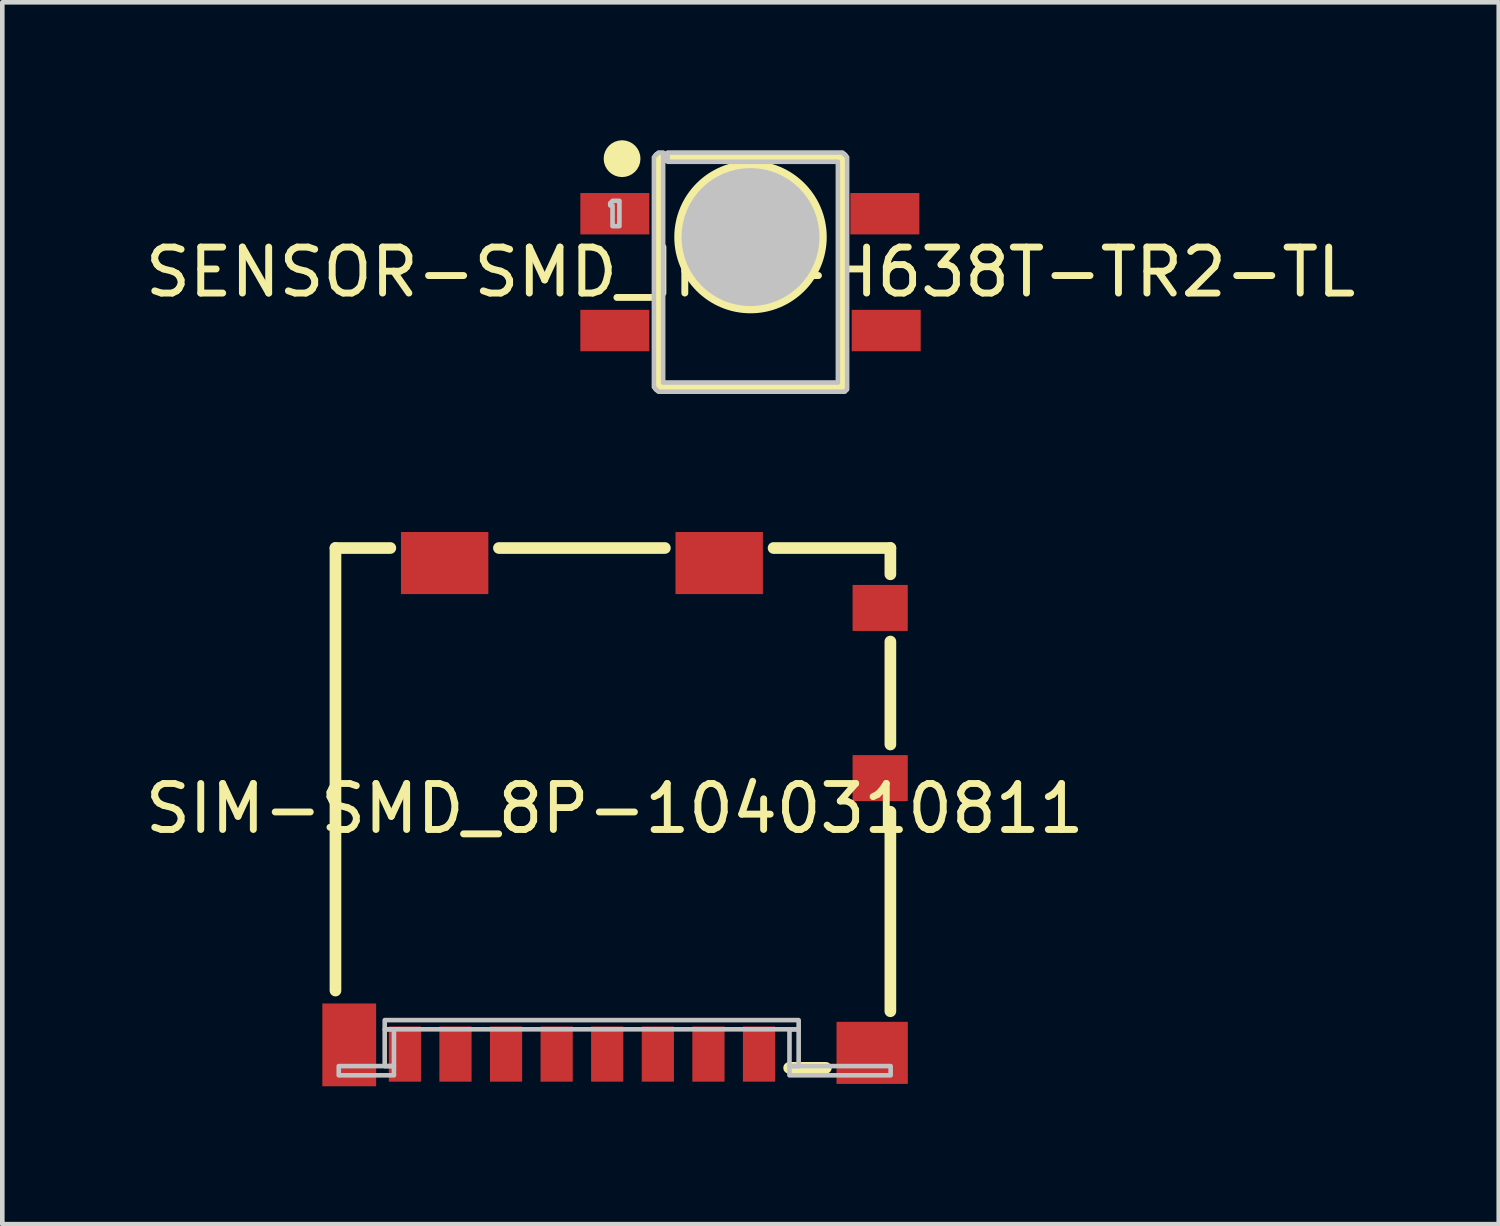
<source format=kicad_pcb>
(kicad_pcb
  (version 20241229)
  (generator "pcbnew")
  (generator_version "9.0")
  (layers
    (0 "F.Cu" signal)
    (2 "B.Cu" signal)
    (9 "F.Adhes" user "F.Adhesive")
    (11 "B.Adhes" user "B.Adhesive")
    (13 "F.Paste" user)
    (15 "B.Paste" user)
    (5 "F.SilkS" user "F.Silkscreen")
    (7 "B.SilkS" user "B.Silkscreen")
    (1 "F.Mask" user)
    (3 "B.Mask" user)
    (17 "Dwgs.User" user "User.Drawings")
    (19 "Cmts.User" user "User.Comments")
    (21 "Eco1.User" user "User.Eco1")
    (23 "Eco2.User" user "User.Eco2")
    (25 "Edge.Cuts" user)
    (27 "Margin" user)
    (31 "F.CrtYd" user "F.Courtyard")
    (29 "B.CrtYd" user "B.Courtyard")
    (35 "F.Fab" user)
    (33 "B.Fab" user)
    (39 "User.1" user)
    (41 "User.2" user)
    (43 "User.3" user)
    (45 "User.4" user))
  (footprint "SENSOR-SMD_IRM-H638T-TR2-TL"
    (layer "F.Cu")
    (at 13.268 2.867)
    (property "Reference" "SENSOR-SMD_IRM-H638T-TR2-TL" (at 0 0 0) (layer "F.SilkS") (effects (font (size 1 1) (thickness 0.15))))
    (fp_rect (start -2 -2.5) (end 2 2.5) (stroke (width 0.254) (type default)) (fill no) (layer "F.SilkS"))
    (fp_arc (start -2.7915 -2.667) (mid -2.79225 -2.266998) (end -2.794 -2.667) (stroke (width 0.4) (type default)) (layer "F.SilkS"))
    (fp_circle (center 0 -0.762) (end 1.53 -0.762) (stroke (width 0.254) (type default)) (fill no) (layer "F.SilkS"))
    (fp_circle (center 0 -0.762) (end 0.75 -0.762) (stroke (width 1.5) (type default)) (fill no) (layer "Dwgs.User"))
    (fp_poly (pts (xy -3 -1.55) (xy -3.05 -1.5) (xy -3.05 -1.45) (xy -3 -1.45) (xy -3 -1) (xy -2.85 -1) (xy -2.85 -1.55) (xy -2.95 -1.55)) (stroke (width 0.1) (type default)) (fill no) (layer "Dwgs.User"))
    (fp_poly (pts (xy 2 -2.6) (xy 2.1 -2.5) (xy 2.1 2.55) (xy 2.05 2.6) (xy -2 2.6) (xy -2.1 2.5) (xy -2.1 -2.5) (xy -2 -2.6) (xy -1.9 -2.6) (xy -1.9 2.4) (xy 1.9 2.4) (xy 1.9 -2.4) (xy -1.8 -2.4) (xy -1.8 -2.6)) (stroke (width 0.1) (type default)) (fill no) (layer "Dwgs.User"))
    (fp_poly (pts (xy -3.5 -1.02) (xy -3.5 -1.52) (xy -2.8 -1.52) (xy -2.8 -1.02)) (stroke (width 0.1) (type default)) (fill no) (layer "User.1"))
    (fp_poly (pts (xy -3.5 1.52) (xy -3.5 1.02) (xy -2.8 1.02) (xy -2.8 1.52)) (stroke (width 0.1) (type default)) (fill no) (layer "User.1"))
    (fp_poly (pts (xy -2.81 -1.02) (xy -2.81 -1.52) (xy -1.99 -1.52) (xy -1.99 -1.02)) (stroke (width 0.1) (type default)) (fill no) (layer "User.1"))
    (fp_poly (pts (xy -2.81 1.52) (xy -2.81 1.02) (xy -1.99 1.02) (xy -1.99 1.52)) (stroke (width 0.1) (type default)) (fill no) (layer "User.1"))
    (fp_poly (pts (xy 1.99 -1.02) (xy 1.99 -1.52) (xy 2.81 -1.52) (xy 2.81 -1.02)) (stroke (width 0.1) (type default)) (fill no) (layer "User.1"))
    (fp_poly (pts (xy 1.99 1.52) (xy 1.99 1.02) (xy 2.81 1.02) (xy 2.81 1.52)) (stroke (width 0.1) (type default)) (fill no) (layer "User.1"))
    (fp_poly (pts (xy 2.8 -1.02) (xy 2.8 -1.52) (xy 3.5 -1.52) (xy 3.5 -1.02)) (stroke (width 0.1) (type default)) (fill no) (layer "User.1"))
    (fp_poly (pts (xy 2.8 1.52) (xy 2.8 1.02) (xy 3.5 1.02) (xy 3.5 1.52)) (stroke (width 0.1) (type default)) (fill no) (layer "User.1"))
    (fp_line (start -2 -2.5) (end 2 -2.5) (stroke (width 0.051) (type default)) (layer "User.2"))
    (fp_line (start -2 2.5) (end -2 -2.5) (stroke (width 0.051) (type default)) (layer "User.2"))
    (fp_line (start 2 -2.5) (end 2 2.5) (stroke (width 0.051) (type default)) (layer "User.2"))
    (fp_line (start 2 2.5) (end -2 2.5) (stroke (width 0.051) (type default)) (layer "User.2"))
    (fp_poly (pts (xy -3.44 -2.5) (xy -3.458 -2.542) (xy -3.5 -2.56) (xy -3.542 -2.542) (xy -3.56 -2.5) (xy -3.542 -2.458) (xy -3.5 -2.44) (xy -3.458 -2.458)) (stroke (width 0.1) (type default)) (fill no) (layer "User.3"))
    (pad "1" smd rect (at -2.95 -1.27 90) (size 0.9 1.5) (layers "F.Cu" "F.Mask" "F.Paste"))
    (pad "2" smd rect (at -2.95 1.27 90) (size 0.9 1.5) (layers "F.Cu" "F.Mask" "F.Paste"))
    (pad "3" smd rect (at 2.95 1.27 90) (size 0.9 1.5) (layers "F.Cu" "F.Mask" "F.Paste"))
    (pad "4" smd rect (at 2.921 -1.27 90) (size 0.9 1.5) (layers "F.Cu" "F.Mask" "F.Paste")))
  (footprint "SIM-SMD_8P-1040310811"
    (layer "F.Cu")
    (at 10.315 14.53)
    (property "Reference" "SIM-SMD_8P-1040310811" (at 0 0 0) (layer "F.SilkS") (effects (font (size 1 1) (thickness 0.15))))
    (fp_line (start -6.071 -5.665) (end -4.878 -5.665) (stroke (width 0.254) (type default)) (layer "F.SilkS"))
    (fp_line (start -6.071 3.957) (end -6.071 -5.665) (stroke (width 0.254) (type default)) (layer "F.SilkS"))
    (fp_line (start -2.517 -5.665) (end 1.091 -5.665) (stroke (width 0.254) (type default)) (layer "F.SilkS"))
    (fp_line (start 3.454 -5.665) (end 5.994 -5.665) (stroke (width 0.254) (type default)) (layer "F.SilkS"))
    (fp_line (start 3.793 5.638) (end 4.591 5.638) (stroke (width 0.254) (type default)) (layer "F.SilkS"))
    (fp_line (start 5.994 -5.665) (end 5.994 -5.093) (stroke (width 0.254) (type default)) (layer "F.SilkS"))
    (fp_line (start 5.994 -3.631) (end 5.994 -1.393) (stroke (width 0.254) (type default)) (layer "F.SilkS"))
    (fp_line (start 5.994 0.069) (end 5.994 4.407) (stroke (width 0.254) (type default)) (layer "F.SilkS"))
    (fp_poly (pts (xy -6 5.8) (xy -4.8 5.8) (xy -4.8 5.6) (xy -6 5.6)) (stroke (width 0.1) (type default)) (fill no) (layer "Dwgs.User"))
    (fp_poly (pts (xy -5 4.8) (xy 4 4.8) (xy 4 4.6) (xy -5 4.6)) (stroke (width 0.1) (type default)) (fill no) (layer "Dwgs.User"))
    (fp_poly (pts (xy -4.8 5.6) (xy -4.8 4.8) (xy -5 4.8) (xy -5 5.6)) (stroke (width 0.1) (type default)) (fill no) (layer "Dwgs.User"))
    (fp_poly (pts (xy 3.8 5.6) (xy 3.8 4.8) (xy 4 4.8) (xy 4 5.6)) (stroke (width 0.1) (type default)) (fill no) (layer "Dwgs.User"))
    (fp_poly (pts (xy 3.8 5.8) (xy 6 5.8) (xy 6 5.6) (xy 3.8 5.6)) (stroke (width 0.1) (type default)) (fill no) (layer "Dwgs.User"))
    (fp_poly (pts (xy -5.963 4.438) (xy -5.312 4.438) (xy -5.312 5.737) (xy -5.963 5.737)) (stroke (width 0.1) (type default)) (fill no) (layer "User.1"))
    (fp_poly (pts (xy -4.732 4.75) (xy -4.393 4.75) (xy -4.393 5.7) (xy -4.732 5.7)) (stroke (width 0.1) (type default)) (fill no) (layer "User.1"))
    (fp_poly (pts (xy -4.397 -5.65) (xy -2.998 -5.65) (xy -2.998 -4.75) (xy -4.397 -4.75)) (stroke (width 0.1) (type default)) (fill no) (layer "User.1"))
    (fp_poly (pts (xy -3.632 4.75) (xy -3.292 4.75) (xy -3.292 5.7) (xy -3.632 5.7)) (stroke (width 0.1) (type default)) (fill no) (layer "User.1"))
    (fp_poly (pts (xy -2.533 4.75) (xy -2.192 4.75) (xy -2.192 5.7) (xy -2.533 5.7)) (stroke (width 0.1) (type default)) (fill no) (layer "User.1"))
    (fp_poly (pts (xy -1.433 4.75) (xy -1.093 4.75) (xy -1.093 5.7) (xy -1.433 5.7)) (stroke (width 0.1) (type default)) (fill no) (layer "User.1"))
    (fp_poly (pts (xy -0.333 4.75) (xy 0.007 4.75) (xy 0.007 5.7) (xy -0.333 5.7)) (stroke (width 0.1) (type default)) (fill no) (layer "User.1"))
    (fp_poly (pts (xy 0.767 4.75) (xy 1.107 4.75) (xy 1.107 5.7) (xy 0.767 5.7)) (stroke (width 0.1) (type default)) (fill no) (layer "User.1"))
    (fp_poly (pts (xy 1.573 -5.65) (xy 2.973 -5.65) (xy 2.973 -4.75) (xy 1.573 -4.75)) (stroke (width 0.1) (type default)) (fill no) (layer "User.1"))
    (fp_poly (pts (xy 1.867 4.75) (xy 2.208 4.75) (xy 2.208 5.7) (xy 1.867 5.7)) (stroke (width 0.1) (type default)) (fill no) (layer "User.1"))
    (fp_poly (pts (xy 2.967 4.75) (xy 3.308 4.75) (xy 3.308 5.7) (xy 2.967 5.7)) (stroke (width 0.1) (type default)) (fill no) (layer "User.1"))
    (fp_poly (pts (xy 5.002 4.9) (xy 6.002 4.9) (xy 6.002 5.75) (xy 5.002 5.75)) (stroke (width 0.1) (type default)) (fill no) (layer "User.1"))
    (fp_poly (pts (xy 5.352 -4.688) (xy 6.002 -4.688) (xy 6.002 -4.037) (xy 5.352 -4.037)) (stroke (width 0.1) (type default)) (fill no) (layer "User.1"))
    (fp_poly (pts (xy 5.352 -0.988) (xy 6.002 -0.988) (xy 6.002 -0.338) (xy 5.352 -0.338)) (stroke (width 0.1) (type default)) (fill no) (layer "User.1"))
    (fp_line (start -5.95 -5.33) (end -5.8 -5.33) (stroke (width 0.051) (type default)) (layer "User.2"))
    (fp_line (start -5.95 5.75) (end -5.95 -5.33) (stroke (width 0.051) (type default)) (layer "User.2"))
    (fp_line (start -5.8 -5.65) (end 5.85 -5.65) (stroke (width 0.051) (type default)) (layer "User.2"))
    (fp_line (start -5.8 -5.33) (end -5.8 -5.65) (stroke (width 0.051) (type default)) (layer "User.2"))
    (fp_line (start -4.86 4.8) (end -4.86 5.75) (stroke (width 0.051) (type default)) (layer "User.2"))
    (fp_line (start -4.86 5.75) (end -5.95 5.75) (stroke (width 0.051) (type default)) (layer "User.2"))
    (fp_line (start 3.8 4.8) (end -4.86 4.8) (stroke (width 0.051) (type default)) (layer "User.2"))
    (fp_line (start 3.8 5.75) (end 3.8 4.8) (stroke (width 0.051) (type default)) (layer "User.2"))
    (fp_line (start 5.85 -5.65) (end 5.85 -5.33) (stroke (width 0.051) (type default)) (layer "User.2"))
    (fp_line (start 5.85 -5.33) (end 6 -5.33) (stroke (width 0.051) (type default)) (layer "User.2"))
    (fp_line (start 6 -5.33) (end 6 5.75) (stroke (width 0.051) (type default)) (layer "User.2"))
    (fp_line (start 6 5.75) (end 3.8 5.75) (stroke (width 0.051) (type default)) (layer "User.2"))
    (fp_poly (pts (xy 6.062 5.75) (xy 6.044 5.708) (xy 6.002 5.69) (xy 5.96 5.708) (xy 5.942 5.75) (xy 5.96 5.792) (xy 6.002 5.81) (xy 6.044 5.792)) (stroke (width 0.1) (type default)) (fill no) (layer "User.3"))
    (pad "1" smd rect (at 3.138 5.338) (size 0.7 1.2) (layers "F.Cu" "F.Mask" "F.Paste"))
    (pad "2" smd rect (at 2.038 5.338) (size 0.7 1.2) (layers "F.Cu" "F.Mask" "F.Paste"))
    (pad "3" smd rect (at 0.938 5.338) (size 0.7 1.2) (layers "F.Cu" "F.Mask" "F.Paste"))
    (pad "4" smd rect (at -0.163 5.338) (size 0.7 1.2) (layers "F.Cu" "F.Mask" "F.Paste"))
    (pad "5" smd rect (at -1.262 5.338) (size 0.7 1.2) (layers "F.Cu" "F.Mask" "F.Paste"))
    (pad "6" smd rect (at -2.362 5.338) (size 0.7 1.2) (layers "F.Cu" "F.Mask" "F.Paste"))
    (pad "7" smd rect (at -3.462 5.338) (size 0.7 1.2) (layers "F.Cu" "F.Mask" "F.Paste"))
    (pad "8" smd rect (at -4.562 5.338) (size 0.7 1.2) (layers "F.Cu" "F.Mask" "F.Paste"))
    (pad "9" smd rect (at -5.772 5.138) (size 1.17 1.8) (layers "F.Cu" "F.Mask" "F.Paste"))
    (pad "10" smd rect (at 5.598 5.312) (size 1.55 1.35) (layers "F.Cu" "F.Mask" "F.Paste"))
    (pad "11" smd rect (at 5.772 -0.662) (size 1.2 1) (layers "F.Cu" "F.Mask" "F.Paste"))
    (pad "12" smd rect (at 5.772 -4.362) (size 1.2 1) (layers "F.Cu" "F.Mask" "F.Paste"))
    (pad "13" smd rect (at 2.272 -5.338) (size 1.9 1.35) (layers "F.Cu" "F.Mask" "F.Paste"))
    (pad "14" smd rect (at -3.697 -5.338) (size 1.9 1.35) (layers "F.Cu" "F.Mask" "F.Paste")))
  (gr_rect
    (start -3 -3)
    (end 29.536 23.567)
    (stroke (width 0.1) (type default))
    (fill no)
    (layer "Edge.Cuts")))
</source>
